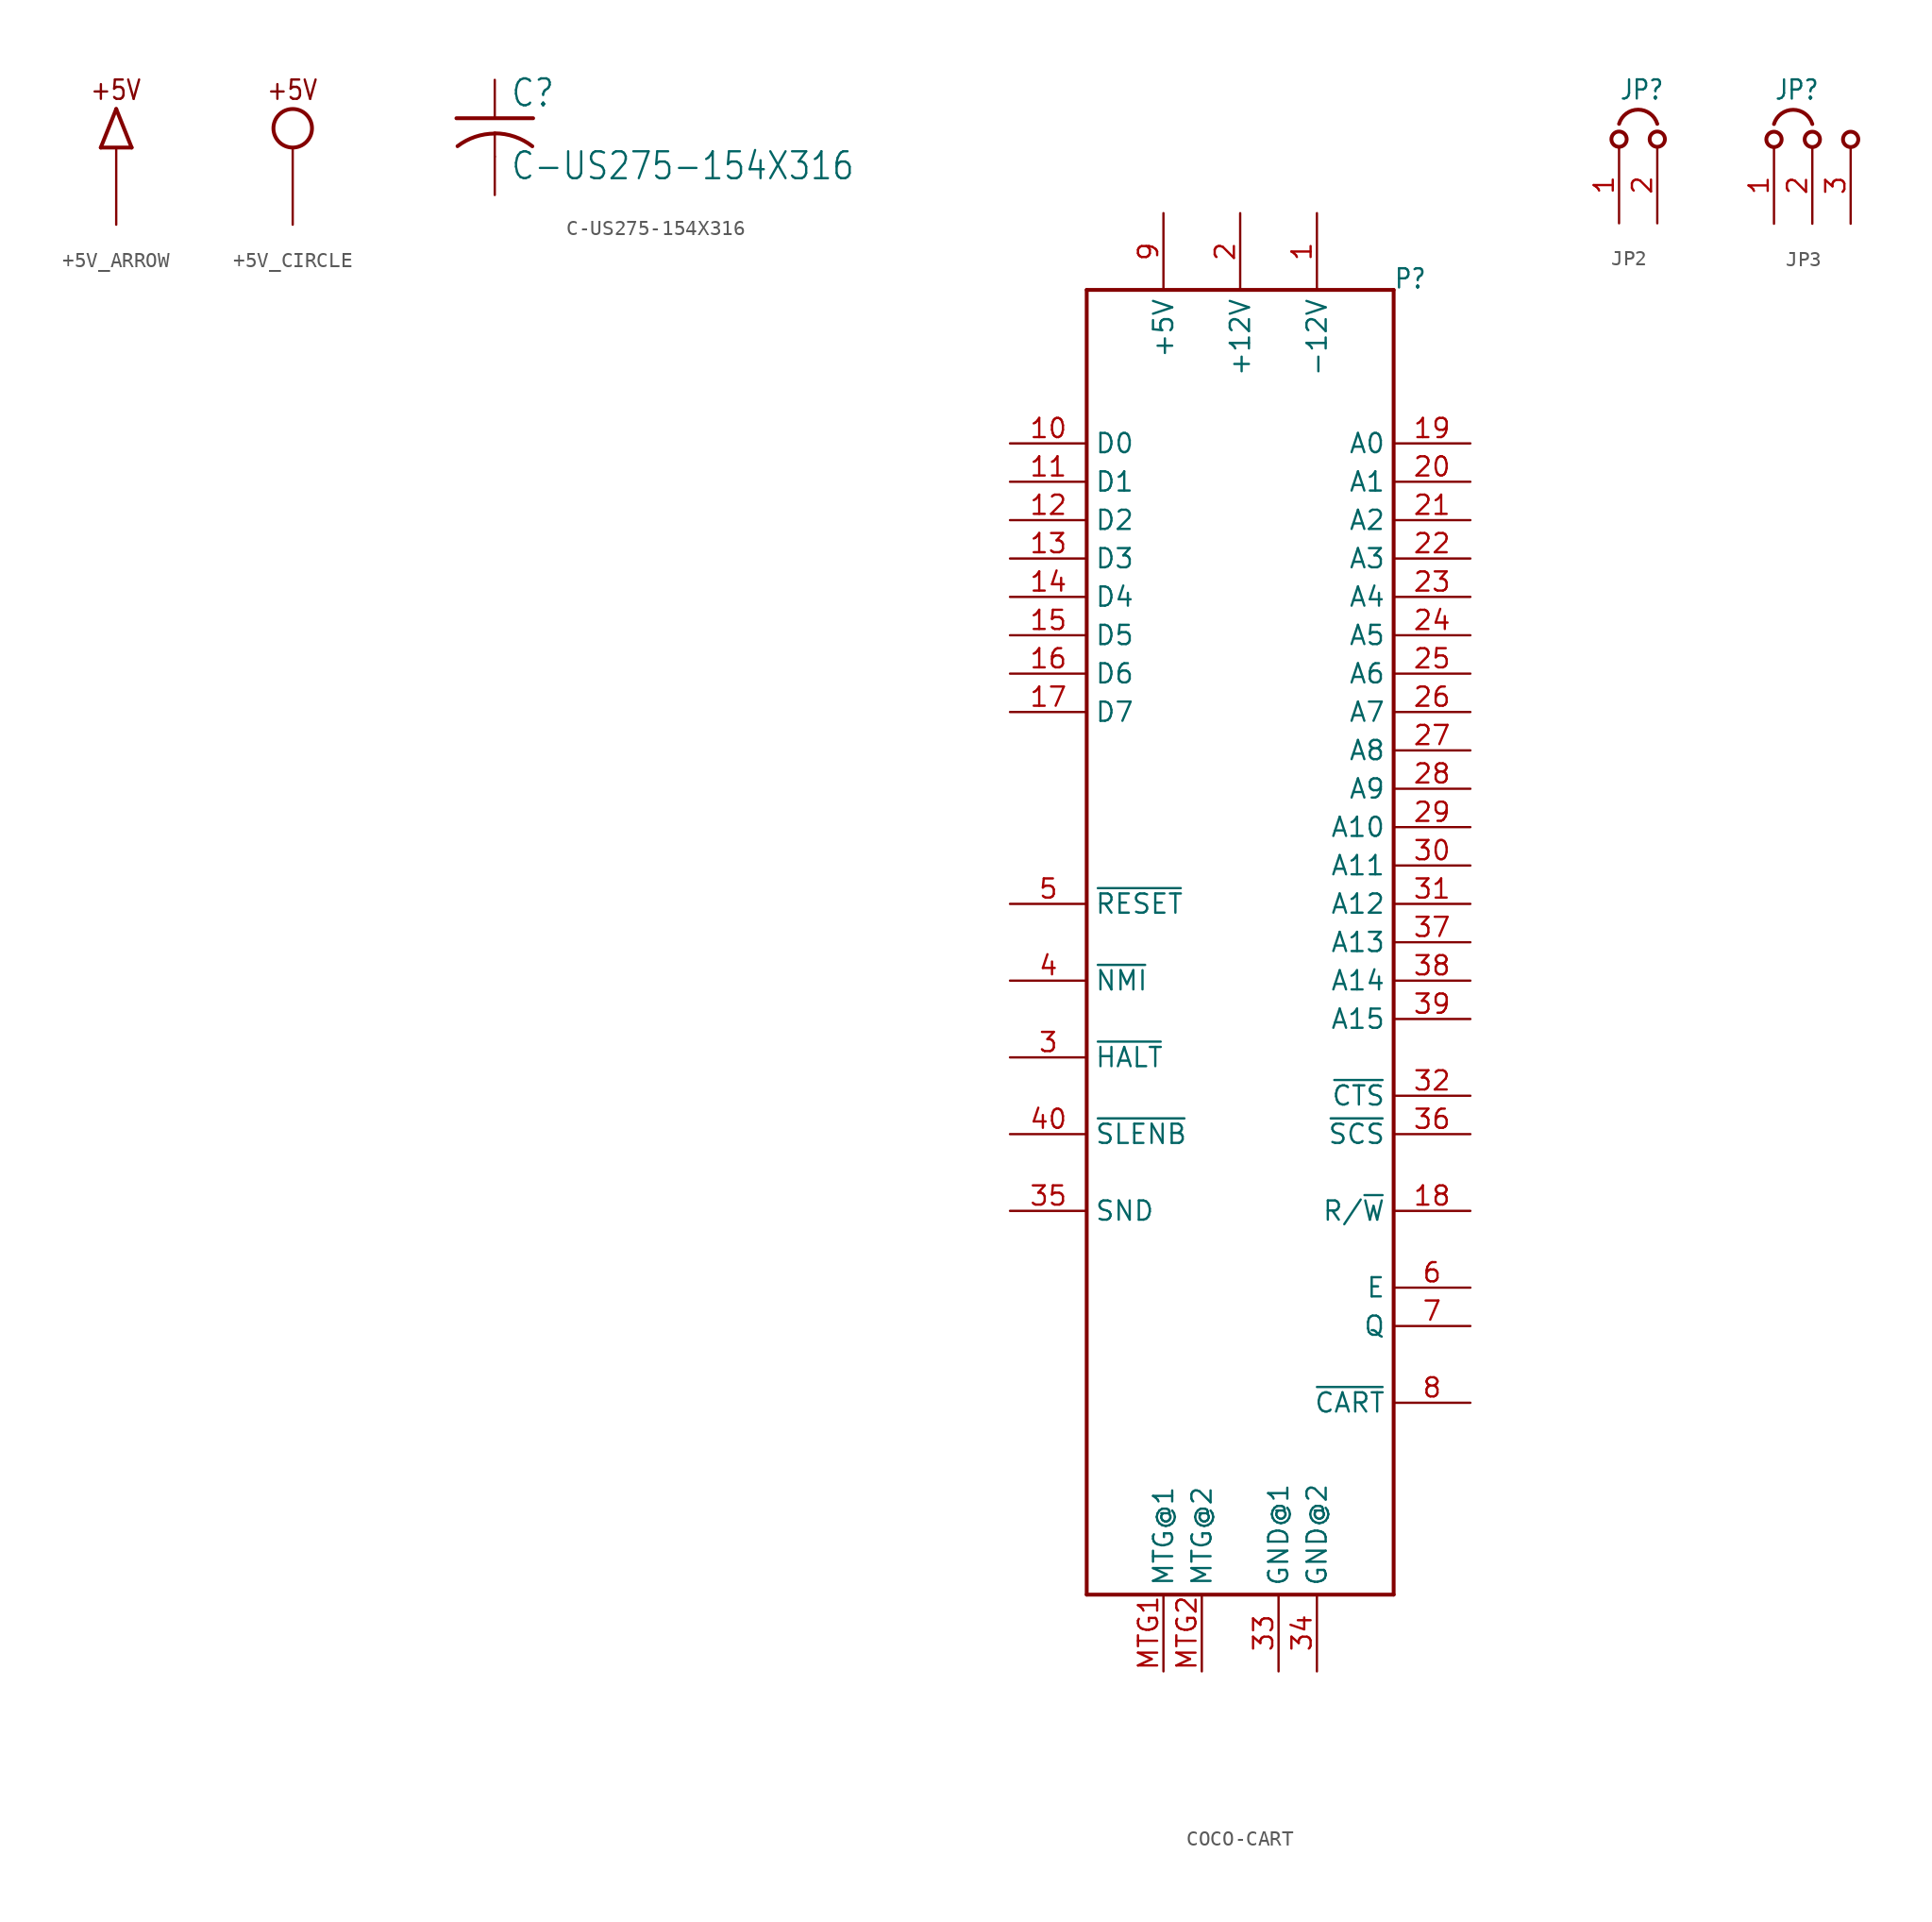
<source format=kicad_sym>
(kicad_symbol_lib
  (version 20211014)
  (generator kicad_symbol_editor)
  (symbol "+5V_ARROW"
    (power)
    (property "Reference" ""
      (at 0 0 0)
      (effects (font (size 1.27 1.27)) hide))
    (property "ki_locked" ""
      (at 0 0 0)
      (effects (font (size 1.27 1.27))))
    (symbol "+5V_ARROW_1_0"
      (polyline (pts (xy -1.016 0) (xy 1.016 0)) (stroke (width 0.254) (type default) (color 0 0 0 0)) (fill (type none)))
      (polyline (pts (xy 0 2.54) (xy -1.016 0)) (stroke (width 0.254) (type default) (color 0 0 0 0)) (fill (type none)))
      (polyline (pts (xy 1.016 0) (xy 0 2.54)) (stroke (width 0.254) (type default) (color 0 0 0 0)) (fill (type none)))
      (text "+5V" (at -1.778 3.048 0) (effects (font (size 1.27 1.079)) (justify left bottom)))
      (pin power_in line (at 0 -5.08 90) (length 5.08) (name "+5V" (effects (font (size 0 0)))) (number "1" (effects (font (size 0 0)))))))
  (symbol "+5V_CIRCLE"
    (power)
    (property "Reference" ""
      (at 0 0 0)
      (effects (font (size 1.27 1.27)) hide))
    (property "ki_locked" ""
      (at 0 0 0)
      (effects (font (size 1.27 1.27))))
    (symbol "+5V_CIRCLE_1_0"
      (circle (center 0 1.27) (radius 1.27) (stroke (width 0.254) (type default) (color 0 0 0 0)) (fill (type none)))
      (text "+5V" (at -1.778 3.048 0) (effects (font (size 1.27 1.079)) (justify left bottom)))
      (pin power_in line (at 0 -5.08 90) (length 5.08) (name "+5V" (effects (font (size 0 0)))) (number "1" (effects (font (size 0 0)))))))
  (symbol "C-US275-154X316"
    (property "Reference" "C"
      (at 1.016 0.635 0)
      (effects (font (size 1.778 1.511)) (justify left bottom)))
    (property "Value" "C-US275-154X316"
      (at 1.016 -4.191 0)
      (effects (font (size 1.778 1.511)) (justify left bottom)))
    (property "ki_locked" ""
      (at 0 0 0)
      (effects (font (size 1.27 1.27))))
    (symbol "C-US275-154X316_1_0"
      (arc (start 0 -1.0161) (mid -1.302 -1.2303) (end -2.4668 -1.8504) (stroke (width 0.254) (type default) (color 0 0 0 0)) (fill (type none)))
      (polyline (pts (xy -2.54 0) (xy 2.54 0)) (stroke (width 0.254) (type default) (color 0 0 0 0)) (fill (type none)))
      (polyline (pts (xy 0 -1.016) (xy 0 -2.54)) (stroke (width 0.152) (type default) (color 0 0 0 0)) (fill (type none)))
      (arc (start 2.4892 -1.8542) (mid 1.3158 -1.2195) (end 0 -1) (stroke (width 0.254) (type default) (color 0 0 0 0)) (fill (type none)))
      (pin passive line (at 0 2.54 270) (length 2.54) (name "1" (effects (font (size 0 0)))) (number "1" (effects (font (size 0 0)))))
      (pin passive line (at 0 -5.08 90) (length 2.54) (name "2" (effects (font (size 0 0)))) (number "2" (effects (font (size 0 0)))))))
  (symbol "COCO-CART"
    (property "Reference" "P"
      (at 10.16 40.64 0)
      (effects (font (size 1.27 1.079)) (justify left bottom)))
    (property "ki_locked" ""
      (at 0 0 0)
      (effects (font (size 1.27 1.27))))
    (symbol "COCO-CART_1_0"
      (polyline (pts (xy -10.16 -45.72) (xy -10.16 40.64)) (stroke (width 0.254) (type default) (color 0 0 0 0)) (fill (type none)))
      (polyline (pts (xy -10.16 40.64) (xy 10.16 40.64)) (stroke (width 0.254) (type default) (color 0 0 0 0)) (fill (type none)))
      (polyline (pts (xy 10.16 -45.72) (xy -10.16 -45.72)) (stroke (width 0.254) (type default) (color 0 0 0 0)) (fill (type none)))
      (polyline (pts (xy 10.16 40.64) (xy 10.16 -45.72)) (stroke (width 0.254) (type default) (color 0 0 0 0)) (fill (type none)))
      (pin passive line (at 5.08 45.72 270) (length 5.08) (name "-12V" (effects (font (size 1.27 1.27)))) (number "1" (effects (font (size 1.27 1.27)))))
      (pin bidirectional line (at -15.24 30.48 0) (length 5.08) (name "D0" (effects (font (size 1.27 1.27)))) (number "10" (effects (font (size 1.27 1.27)))))
      (pin bidirectional line (at -15.24 27.94 0) (length 5.08) (name "D1" (effects (font (size 1.27 1.27)))) (number "11" (effects (font (size 1.27 1.27)))))
      (pin bidirectional line (at -15.24 25.4 0) (length 5.08) (name "D2" (effects (font (size 1.27 1.27)))) (number "12" (effects (font (size 1.27 1.27)))))
      (pin bidirectional line (at -15.24 22.86 0) (length 5.08) (name "D3" (effects (font (size 1.27 1.27)))) (number "13" (effects (font (size 1.27 1.27)))))
      (pin bidirectional line (at -15.24 20.32 0) (length 5.08) (name "D4" (effects (font (size 1.27 1.27)))) (number "14" (effects (font (size 1.27 1.27)))))
      (pin bidirectional line (at -15.24 17.78 0) (length 5.08) (name "D5" (effects (font (size 1.27 1.27)))) (number "15" (effects (font (size 1.27 1.27)))))
      (pin bidirectional line (at -15.24 15.24 0) (length 5.08) (name "D6" (effects (font (size 1.27 1.27)))) (number "16" (effects (font (size 1.27 1.27)))))
      (pin bidirectional line (at -15.24 12.7 0) (length 5.08) (name "D7" (effects (font (size 1.27 1.27)))) (number "17" (effects (font (size 1.27 1.27)))))
      (pin output line (at 15.24 -20.32 180) (length 5.08) (name "R/~{W}" (effects (font (size 1.27 1.27)))) (number "18" (effects (font (size 1.27 1.27)))))
      (pin output line (at 15.24 30.48 180) (length 5.08) (name "A0" (effects (font (size 1.27 1.27)))) (number "19" (effects (font (size 1.27 1.27)))))
      (pin passive line (at 0 45.72 270) (length 5.08) (name "+12V" (effects (font (size 1.27 1.27)))) (number "2" (effects (font (size 1.27 1.27)))))
      (pin output line (at 15.24 27.94 180) (length 5.08) (name "A1" (effects (font (size 1.27 1.27)))) (number "20" (effects (font (size 1.27 1.27)))))
      (pin output line (at 15.24 25.4 180) (length 5.08) (name "A2" (effects (font (size 1.27 1.27)))) (number "21" (effects (font (size 1.27 1.27)))))
      (pin output line (at 15.24 22.86 180) (length 5.08) (name "A3" (effects (font (size 1.27 1.27)))) (number "22" (effects (font (size 1.27 1.27)))))
      (pin output line (at 15.24 20.32 180) (length 5.08) (name "A4" (effects (font (size 1.27 1.27)))) (number "23" (effects (font (size 1.27 1.27)))))
      (pin output line (at 15.24 17.78 180) (length 5.08) (name "A5" (effects (font (size 1.27 1.27)))) (number "24" (effects (font (size 1.27 1.27)))))
      (pin output line (at 15.24 15.24 180) (length 5.08) (name "A6" (effects (font (size 1.27 1.27)))) (number "25" (effects (font (size 1.27 1.27)))))
      (pin output line (at 15.24 12.7 180) (length 5.08) (name "A7" (effects (font (size 1.27 1.27)))) (number "26" (effects (font (size 1.27 1.27)))))
      (pin output line (at 15.24 10.16 180) (length 5.08) (name "A8" (effects (font (size 1.27 1.27)))) (number "27" (effects (font (size 1.27 1.27)))))
      (pin output line (at 15.24 7.62 180) (length 5.08) (name "A9" (effects (font (size 1.27 1.27)))) (number "28" (effects (font (size 1.27 1.27)))))
      (pin output line (at 15.24 5.08 180) (length 5.08) (name "A10" (effects (font (size 1.27 1.27)))) (number "29" (effects (font (size 1.27 1.27)))))
      (pin bidirectional line (at -15.24 -10.16 0) (length 5.08) (name "~{HALT}" (effects (font (size 1.27 1.27)))) (number "3" (effects (font (size 1.27 1.27)))))
      (pin output line (at 15.24 2.54 180) (length 5.08) (name "A11" (effects (font (size 1.27 1.27)))) (number "30" (effects (font (size 1.27 1.27)))))
      (pin output line (at 15.24 0 180) (length 5.08) (name "A12" (effects (font (size 1.27 1.27)))) (number "31" (effects (font (size 1.27 1.27)))))
      (pin output line (at 15.24 -12.7 180) (length 5.08) (name "~{CTS}" (effects (font (size 1.27 1.27)))) (number "32" (effects (font (size 1.27 1.27)))))
      (pin passive line (at 2.54 -50.8 90) (length 5.08) (name "GND@1" (effects (font (size 1.27 1.27)))) (number "33" (effects (font (size 1.27 1.27)))))
      (pin passive line (at 5.08 -50.8 90) (length 5.08) (name "GND@2" (effects (font (size 1.27 1.27)))) (number "34" (effects (font (size 1.27 1.27)))))
      (pin bidirectional line (at -15.24 -20.32 0) (length 5.08) (name "SND" (effects (font (size 1.27 1.27)))) (number "35" (effects (font (size 1.27 1.27)))))
      (pin output line (at 15.24 -15.24 180) (length 5.08) (name "~{SCS}" (effects (font (size 1.27 1.27)))) (number "36" (effects (font (size 1.27 1.27)))))
      (pin output line (at 15.24 -2.54 180) (length 5.08) (name "A13" (effects (font (size 1.27 1.27)))) (number "37" (effects (font (size 1.27 1.27)))))
      (pin output line (at 15.24 -5.08 180) (length 5.08) (name "A14" (effects (font (size 1.27 1.27)))) (number "38" (effects (font (size 1.27 1.27)))))
      (pin output line (at 15.24 -7.62 180) (length 5.08) (name "A15" (effects (font (size 1.27 1.27)))) (number "39" (effects (font (size 1.27 1.27)))))
      (pin bidirectional line (at -15.24 -5.08 0) (length 5.08) (name "~{NMI}" (effects (font (size 1.27 1.27)))) (number "4" (effects (font (size 1.27 1.27)))))
      (pin input line (at -15.24 -15.24 0) (length 5.08) (name "~{SLENB}" (effects (font (size 1.27 1.27)))) (number "40" (effects (font (size 1.27 1.27)))))
      (pin bidirectional line (at -15.24 0 0) (length 5.08) (name "~{RESET}" (effects (font (size 1.27 1.27)))) (number "5" (effects (font (size 1.27 1.27)))))
      (pin output line (at 15.24 -25.4 180) (length 5.08) (name "E" (effects (font (size 1.27 1.27)))) (number "6" (effects (font (size 1.27 1.27)))))
      (pin output line (at 15.24 -27.94 180) (length 5.08) (name "Q" (effects (font (size 1.27 1.27)))) (number "7" (effects (font (size 1.27 1.27)))))
      (pin input line (at 15.24 -33.02 180) (length 5.08) (name "~{CART}" (effects (font (size 1.27 1.27)))) (number "8" (effects (font (size 1.27 1.27)))))
      (pin passive line (at -5.08 45.72 270) (length 5.08) (name "+5V" (effects (font (size 1.27 1.27)))) (number "9" (effects (font (size 1.27 1.27)))))
      (pin passive line (at -5.08 -50.8 90) (length 5.08) (name "MTG@1" (effects (font (size 1.27 1.27)))) (number "MTG1" (effects (font (size 1.27 1.27)))))
      (pin passive line (at -2.54 -50.8 90) (length 5.08) (name "MTG@2" (effects (font (size 1.27 1.27)))) (number "MTG2" (effects (font (size 1.27 1.27)))))))
  (symbol "JP2"
    (property "Reference" "JP"
      (at 0 3.048 0)
      (effects (font (size 1.27 1.079)) (justify left bottom)))
    (property "ki_locked" ""
      (at 0 0 0)
      (effects (font (size 1.27 1.27))))
    (symbol "JP2_1_0"
      (circle (center 0 0.508) (radius 0.508) (stroke (width 0.254) (type default) (color 0 0 0 0)) (fill (type none)))
      (circle (center 2.54 0.508) (radius 0.508) (stroke (width 0.254) (type default) (color 0 0 0 0)) (fill (type none)))
      (arc (start 2.54 1.524) (mid 1.27 2.4689) (end 0 1.524) (stroke (width 0.254) (type default) (color 0 0 0 0)) (fill (type none)))
      (pin passive line (at 0 -5.08 90) (length 5.08) (name "1" (effects (font (size 0 0)))) (number "1" (effects (font (size 1.27 1.27)))))
      (pin passive line (at 2.54 -5.08 90) (length 5.08) (name "2" (effects (font (size 0 0)))) (number "2" (effects (font (size 1.27 1.27)))))))
  (symbol "JP3"
    (property "Reference" "JP"
      (at 0 3.048 0)
      (effects (font (size 1.27 1.079)) (justify left bottom)))
    (property "ki_locked" ""
      (at 0 0 0)
      (effects (font (size 1.27 1.27))))
    (symbol "JP3_1_0"
      (circle (center 0 0.508) (radius 0.508) (stroke (width 0.254) (type default) (color 0 0 0 0)) (fill (type none)))
      (circle (center 2.54 0.508) (radius 0.508) (stroke (width 0.254) (type default) (color 0 0 0 0)) (fill (type none)))
      (arc (start 2.54 1.524) (mid 1.27 2.4689) (end 0 1.524) (stroke (width 0.254) (type default) (color 0 0 0 0)) (fill (type none)))
      (circle (center 5.08 0.508) (radius 0.508) (stroke (width 0.254) (type default) (color 0 0 0 0)) (fill (type none)))
      (pin passive line (at 0 -5.08 90) (length 5.08) (name "1" (effects (font (size 0 0)))) (number "1" (effects (font (size 1.27 1.27)))))
      (pin passive line (at 2.54 -5.08 90) (length 5.08) (name "2" (effects (font (size 0 0)))) (number "2" (effects (font (size 1.27 1.27)))))
      (pin passive line (at 5.08 -5.08 90) (length 5.08) (name "3" (effects (font (size 0 0)))) (number "3" (effects (font (size 1.27 1.27))))))))
</source>
